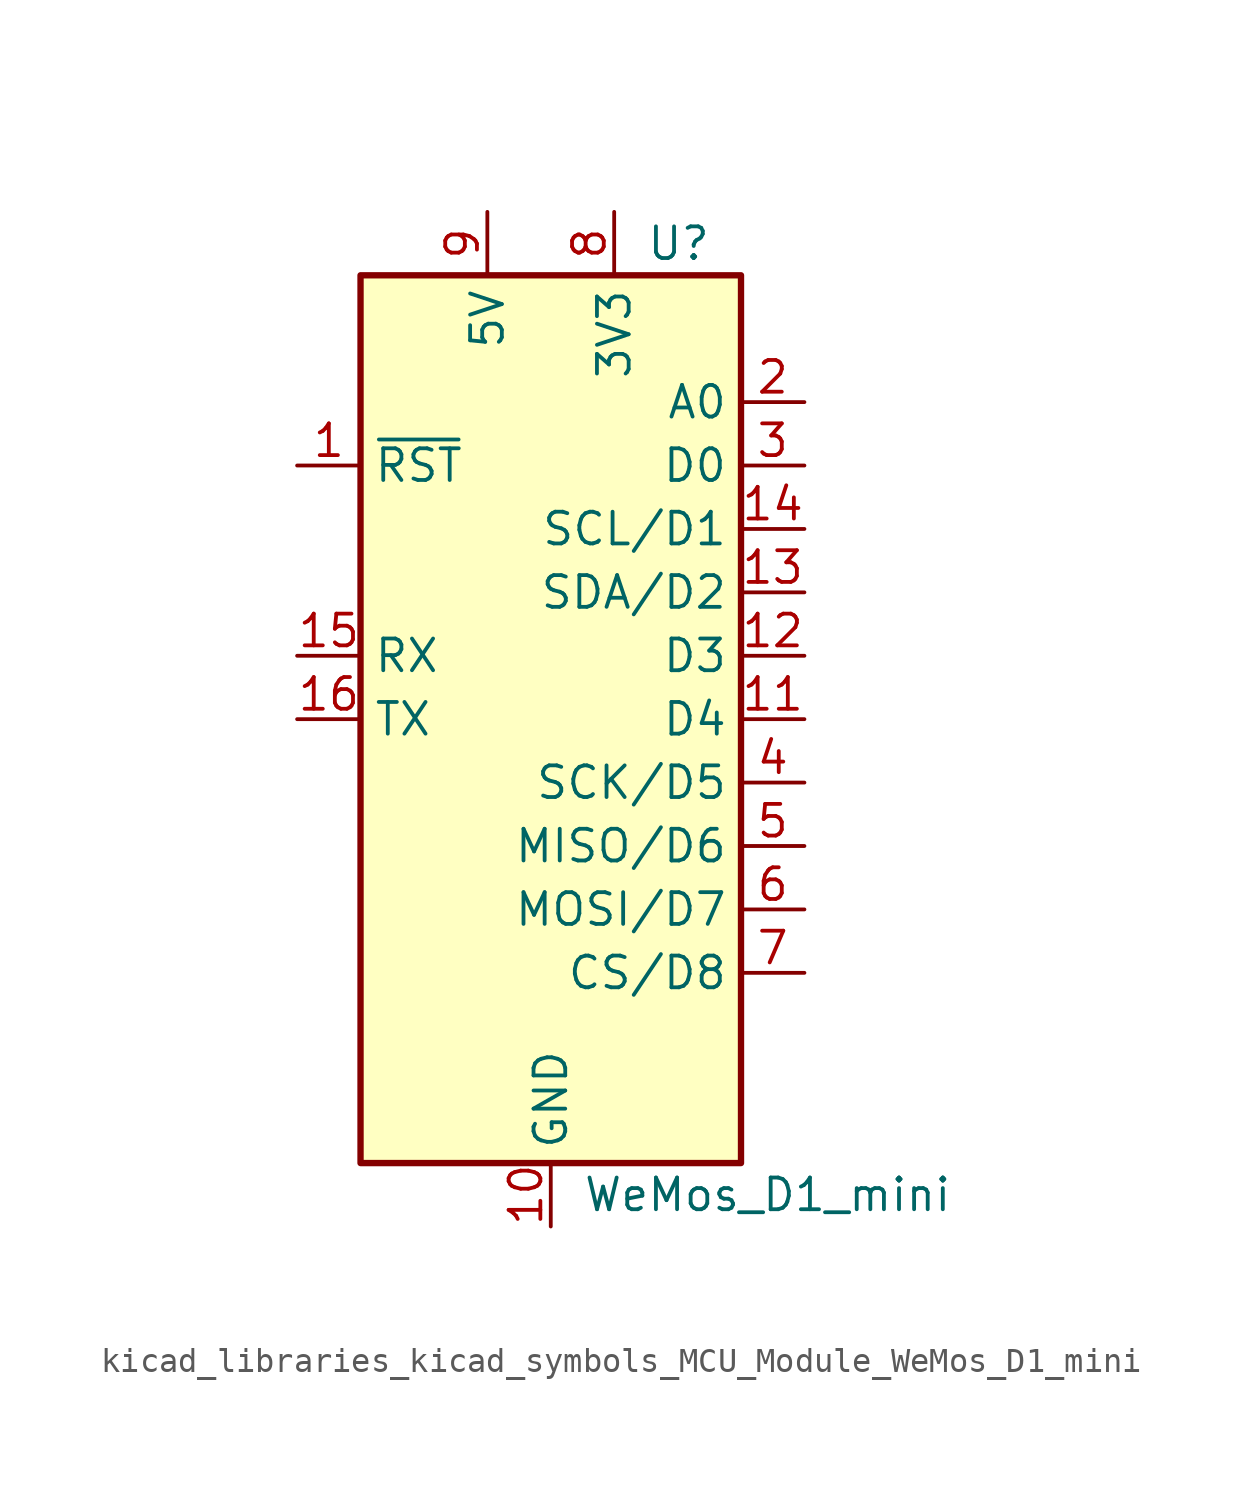
<source format=kicad_sym>
(kicad_symbol_lib
  (version 20220914)
  (generator kicad_symbol_editor)
  (symbol "kicad_libraries_kicad_symbols_MCU_Module_WeMos_D1_mini"
    (property "Reference" "U"
      (at 3.81 19.05 0)
      (effects (font (size 1.27 1.27)) (justify left)))
    (property "Value" "WeMos_D1_mini"
      (at 1.27 -19.05 0)
      (effects (font (size 1.27 1.27)) (justify left)))
    (symbol "kicad_libraries_kicad_symbols_MCU_Module_WeMos_D1_mini_1_1"
      (rectangle (start -7.62 17.78) (end 7.62 -17.78) (stroke (width 0.254) (type default)) (fill (type background)))
      (pin input line (at -10.16 10.16 0) (length 2.54) (name "~{RST}" (effects (font (size 1.27 1.27)))) (number "1" (effects (font (size 1.27 1.27)))))
      (pin power_in line (at 0 -20.32 90) (length 2.54) (name "GND" (effects (font (size 1.27 1.27)))) (number "10" (effects (font (size 1.27 1.27)))))
      (pin bidirectional line (at 10.16 0 180) (length 2.54) (name "D4" (effects (font (size 1.27 1.27)))) (number "11" (effects (font (size 1.27 1.27)))))
      (pin bidirectional line (at 10.16 2.54 180) (length 2.54) (name "D3" (effects (font (size 1.27 1.27)))) (number "12" (effects (font (size 1.27 1.27)))))
      (pin bidirectional line (at 10.16 5.08 180) (length 2.54) (name "SDA/D2" (effects (font (size 1.27 1.27)))) (number "13" (effects (font (size 1.27 1.27)))))
      (pin bidirectional line (at 10.16 7.62 180) (length 2.54) (name "SCL/D1" (effects (font (size 1.27 1.27)))) (number "14" (effects (font (size 1.27 1.27)))))
      (pin input line (at -10.16 2.54 0) (length 2.54) (name "RX" (effects (font (size 1.27 1.27)))) (number "15" (effects (font (size 1.27 1.27)))))
      (pin output line (at -10.16 0 0) (length 2.54) (name "TX" (effects (font (size 1.27 1.27)))) (number "16" (effects (font (size 1.27 1.27)))))
      (pin input line (at 10.16 12.7 180) (length 2.54) (name "A0" (effects (font (size 1.27 1.27)))) (number "2" (effects (font (size 1.27 1.27)))))
      (pin bidirectional line (at 10.16 10.16 180) (length 2.54) (name "D0" (effects (font (size 1.27 1.27)))) (number "3" (effects (font (size 1.27 1.27)))))
      (pin bidirectional line (at 10.16 -2.54 180) (length 2.54) (name "SCK/D5" (effects (font (size 1.27 1.27)))) (number "4" (effects (font (size 1.27 1.27)))))
      (pin bidirectional line (at 10.16 -5.08 180) (length 2.54) (name "MISO/D6" (effects (font (size 1.27 1.27)))) (number "5" (effects (font (size 1.27 1.27)))))
      (pin bidirectional line (at 10.16 -7.62 180) (length 2.54) (name "MOSI/D7" (effects (font (size 1.27 1.27)))) (number "6" (effects (font (size 1.27 1.27)))))
      (pin bidirectional line (at 10.16 -10.16 180) (length 2.54) (name "CS/D8" (effects (font (size 1.27 1.27)))) (number "7" (effects (font (size 1.27 1.27)))))
      (pin power_out line (at 2.54 20.32 270) (length 2.54) (name "3V3" (effects (font (size 1.27 1.27)))) (number "8" (effects (font (size 1.27 1.27)))))
      (pin power_in line (at -2.54 20.32 270) (length 2.54) (name "5V" (effects (font (size 1.27 1.27)))) (number "9" (effects (font (size 1.27 1.27))))))))
</source>
